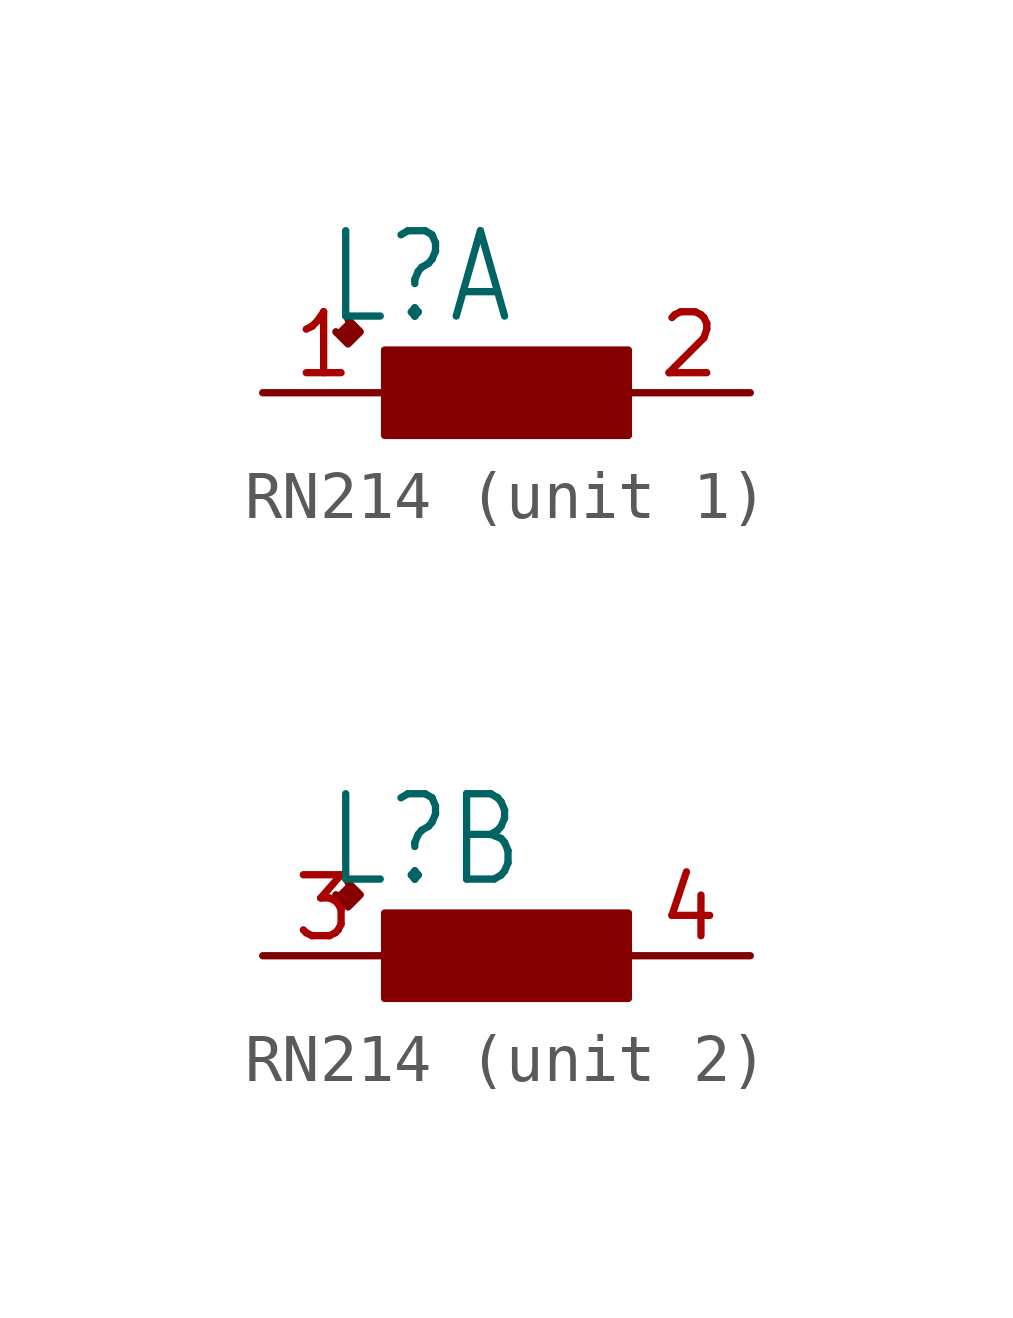
<source format=kicad_sym>
(kicad_symbol_lib
  (version 20211014)
  (generator kicad_symbol_editor)
  (symbol "RN214"
    (property "Reference" "L"
      (at -3.81 1.372 0)
      (effects (font (size 1.778 1.511)) (justify left bottom)))
    (property "ki_locked" ""
      (at 0 0 0)
      (effects (font (size 1.27 1.27))))
    (symbol "RN214_1_0"
      (rectangle (start -2.54 -0.889) (end 2.54 0.889) (stroke (width 0) (type default) (color 0 0 0 0)) (fill (type outline)))
      (polyline (pts (xy -3.556 1.27) (xy -3.302 1.016) (xy -3.048 1.27) (xy -3.302 1.524)) (stroke (width 0) (type default) (color 0 0 0 0)) (fill (type outline)))
      (pin passive line (at -5.08 0 0) (length 2.54) (name "1" (effects (font (size 0 0)))) (number "1" (effects (font (size 1.27 1.27)))))
      (pin passive line (at 5.08 0 180) (length 2.54) (name "2" (effects (font (size 0 0)))) (number "2" (effects (font (size 1.27 1.27))))))
    (symbol "RN214_2_0"
      (rectangle (start -2.54 -0.889) (end 2.54 0.889) (stroke (width 0) (type default) (color 0 0 0 0)) (fill (type outline)))
      (polyline (pts (xy -3.556 1.27) (xy -3.302 1.016) (xy -3.048 1.27) (xy -3.302 1.524)) (stroke (width 0) (type default) (color 0 0 0 0)) (fill (type outline)))
      (pin passive line (at -5.08 0 0) (length 2.54) (name "1" (effects (font (size 0 0)))) (number "3" (effects (font (size 1.27 1.27)))))
      (pin passive line (at 5.08 0 180) (length 2.54) (name "2" (effects (font (size 0 0)))) (number "4" (effects (font (size 1.27 1.27))))))))
</source>
